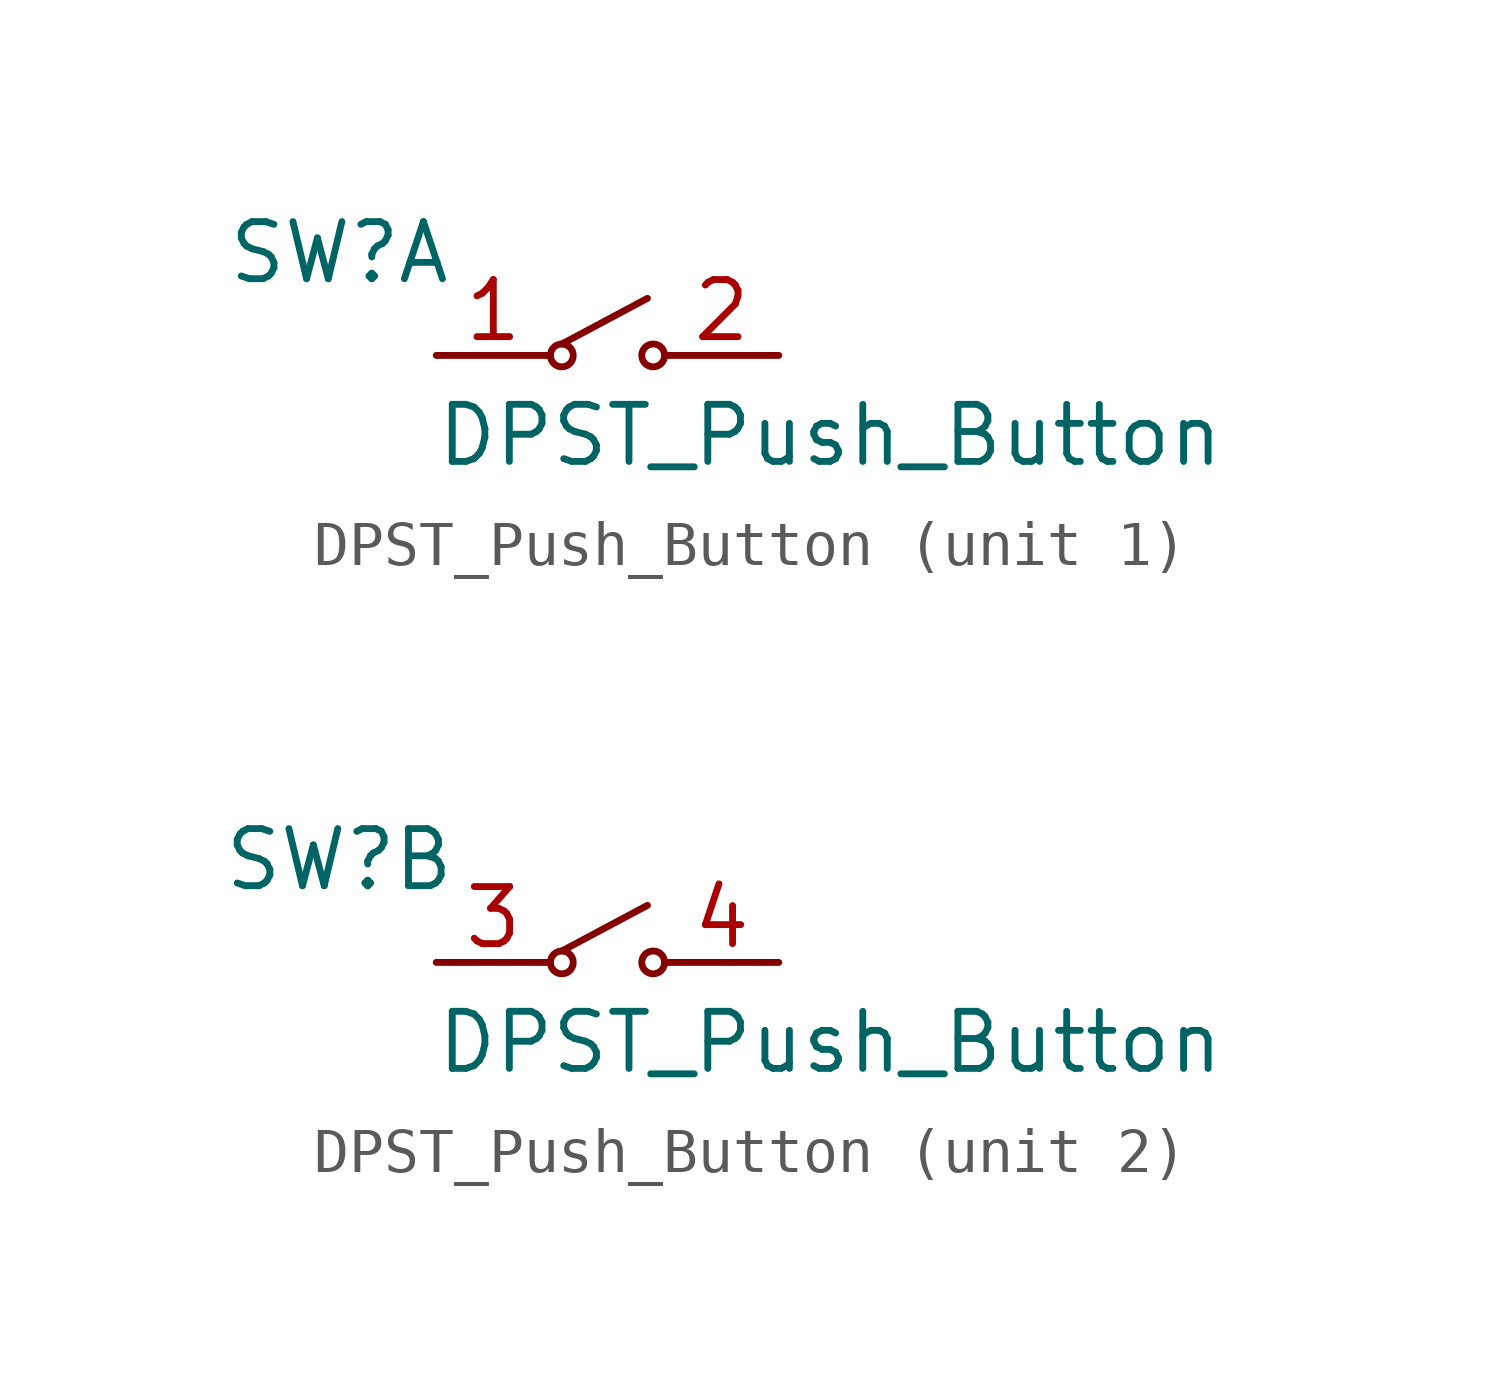
<source format=kicad_sym>
(kicad_symbol_lib
  (version 20211014)
  (generator kicad_symbol_editor)
  (symbol "DPST_Push_Button"
    (property "Reference" "SW"
      (at -5.969 2.286 0)
      (effects (font (size 1.27 1.27))))
    (property "Value" "DPST_Push_Button"
      (at 4.953 -1.778 0)
      (effects (font (size 1.27 1.27))))
    (symbol "DPST_Push_Button_0_1"
      (circle (center -1.016 0) (radius 0.254) (stroke (width 0) (type default) (color 0 0 0 0)) (fill (type none)))
      (polyline (pts (xy -1.016 0.254) (xy 0.889 1.27)) (stroke (width 0) (type default) (color 0 0 0 0)) (fill (type none)))
      (circle (center 1.016 0) (radius 0.254) (stroke (width 0) (type default) (color 0 0 0 0)) (fill (type none))))
    (symbol "DPST_Push_Button_1_1"
      (pin passive line (at -3.81 0 0) (length 2.54) (name "" (effects (font (size 1.27 1.27)))) (number "1" (effects (font (size 1.27 1.27)))))
      (pin passive line (at 3.81 0 180) (length 2.54) (name "" (effects (font (size 1.27 1.27)))) (number "2" (effects (font (size 1.27 1.27))))))
    (symbol "DPST_Push_Button_2_1"
      (pin passive line (at -3.81 0 0) (length 2.54) (name "" (effects (font (size 1.27 1.27)))) (number "3" (effects (font (size 1.27 1.27)))))
      (pin passive line (at 3.81 0 180) (length 2.54) (name "" (effects (font (size 1.27 1.27)))) (number "4" (effects (font (size 1.27 1.27))))))))
</source>
